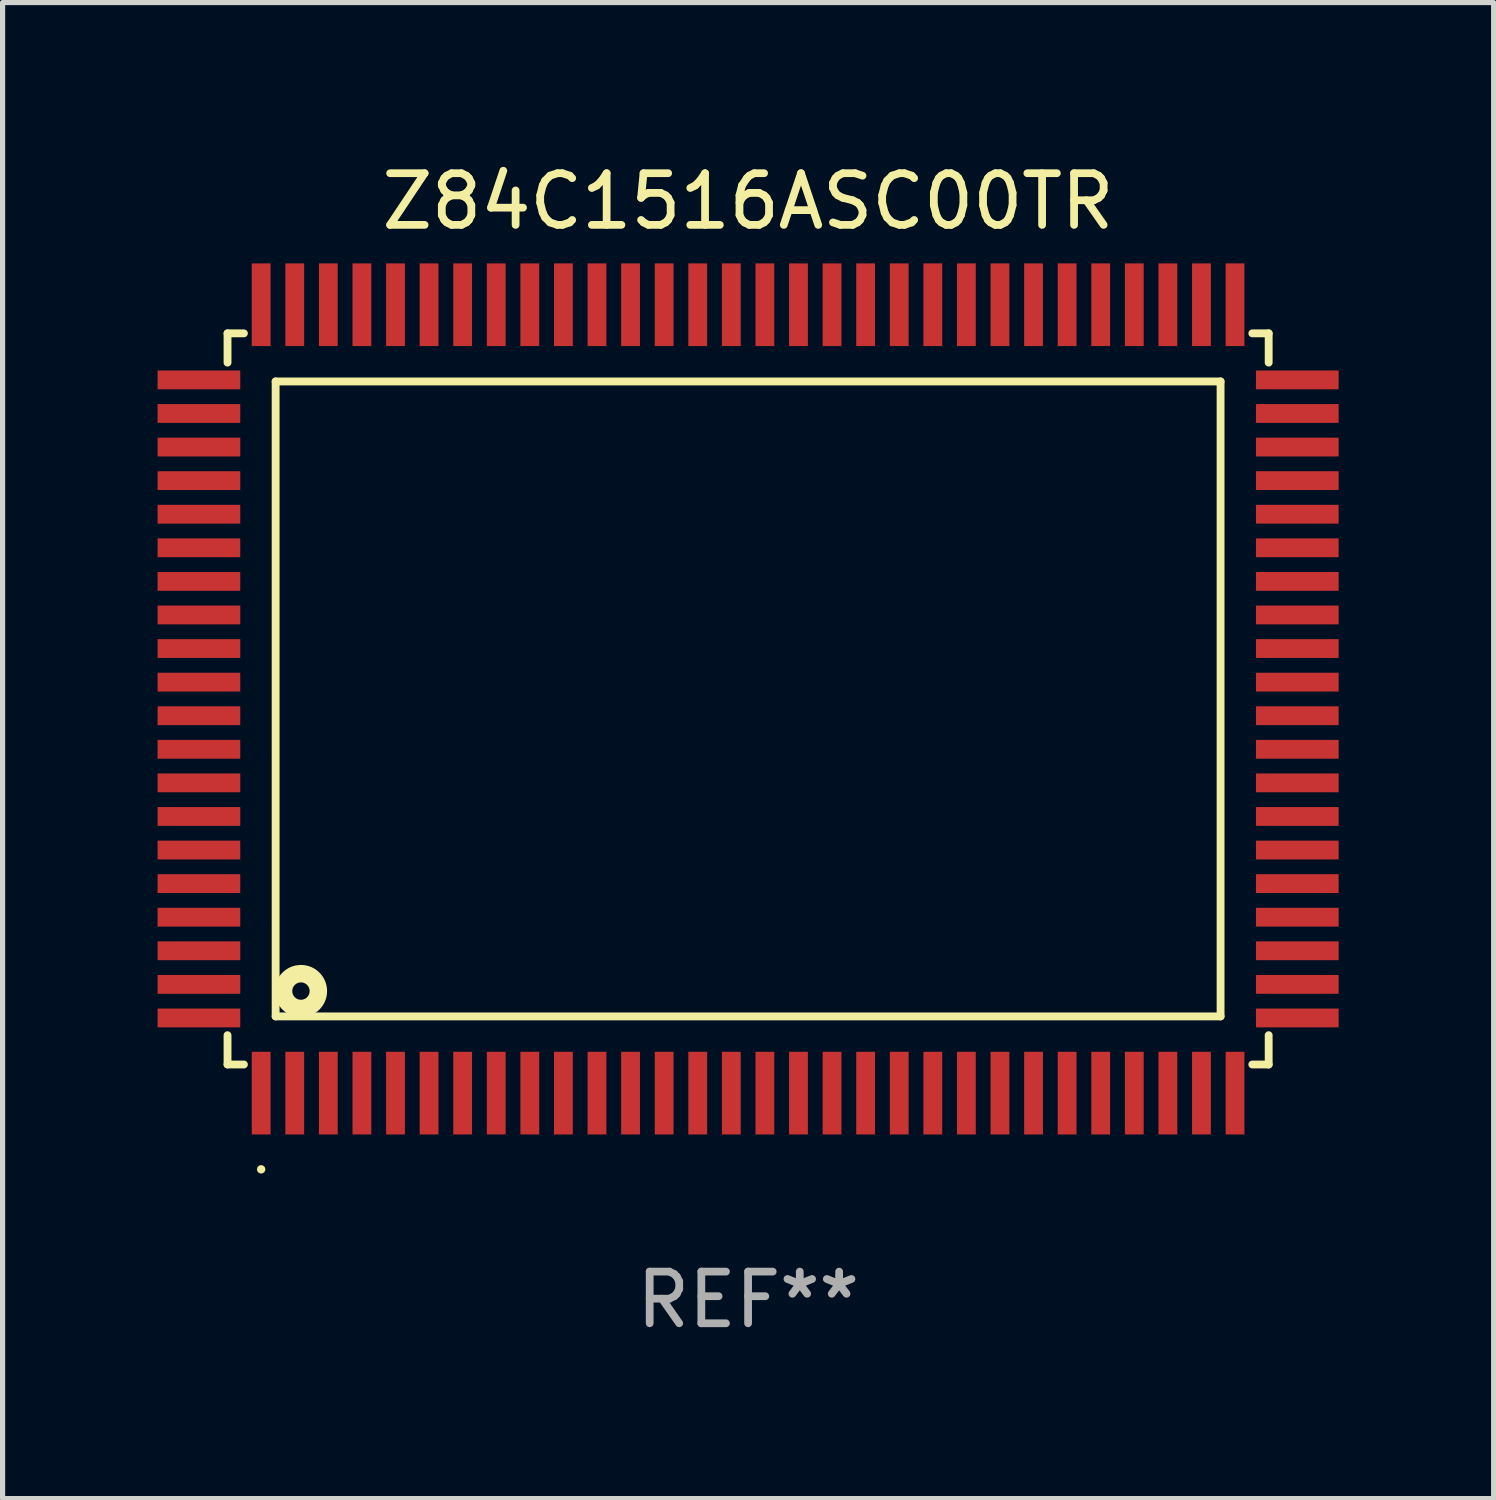
<source format=kicad_pcb>
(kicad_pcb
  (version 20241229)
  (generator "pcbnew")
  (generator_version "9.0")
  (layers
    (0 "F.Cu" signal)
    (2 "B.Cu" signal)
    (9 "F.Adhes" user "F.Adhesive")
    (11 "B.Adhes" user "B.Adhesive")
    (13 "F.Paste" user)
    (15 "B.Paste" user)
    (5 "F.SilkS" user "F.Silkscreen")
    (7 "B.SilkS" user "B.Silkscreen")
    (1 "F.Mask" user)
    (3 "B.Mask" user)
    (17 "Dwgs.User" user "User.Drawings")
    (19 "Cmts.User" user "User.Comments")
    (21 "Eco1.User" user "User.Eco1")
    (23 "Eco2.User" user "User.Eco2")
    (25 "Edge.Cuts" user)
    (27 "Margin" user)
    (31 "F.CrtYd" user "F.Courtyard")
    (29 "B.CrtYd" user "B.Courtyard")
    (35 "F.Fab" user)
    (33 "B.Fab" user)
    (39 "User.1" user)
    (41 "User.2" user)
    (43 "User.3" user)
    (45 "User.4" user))
  (footprint "Z84C1516ASC00TR"
    (layer "F.Cu")
    (at 11.43 10.478)
    (property "Reference" "Z84C1516ASC00TR" (at 0 -9.63 0) (layer "F.SilkS") (effects (font (size 1 1) (thickness 0.15))))
    (attr through_hole)
    (fp_line (start -10.076 -7.076) (end -10.076 -6.509) (stroke (width 0.152) (type solid)) (layer "F.SilkS"))
    (fp_line (start -10.076 7.076) (end -10.076 6.509) (stroke (width 0.152) (type solid)) (layer "F.SilkS"))
    (fp_line (start -9.759 -7.076) (end -10.076 -7.076) (stroke (width 0.152) (type solid)) (layer "F.SilkS"))
    (fp_line (start -9.759 7.076) (end -10.076 7.076) (stroke (width 0.152) (type solid)) (layer "F.SilkS"))
    (fp_line (start -9.145 -6.145) (end 9.145 -6.145) (stroke (width 0.152) (type solid)) (layer "F.SilkS"))
    (fp_line (start -9.145 6.145) (end -9.145 -6.145) (stroke (width 0.152) (type solid)) (layer "F.SilkS"))
    (fp_line (start 9.145 -6.145) (end 9.145 6.145) (stroke (width 0.152) (type solid)) (layer "F.SilkS"))
    (fp_line (start 9.145 6.145) (end -9.145 6.145) (stroke (width 0.152) (type solid)) (layer "F.SilkS"))
    (fp_line (start 9.759 -7.076) (end 10.076 -7.076) (stroke (width 0.152) (type solid)) (layer "F.SilkS"))
    (fp_line (start 9.759 7.076) (end 10.076 7.076) (stroke (width 0.152) (type solid)) (layer "F.SilkS"))
    (fp_line (start 10.076 -7.076) (end 10.076 -6.509) (stroke (width 0.152) (type solid)) (layer "F.SilkS"))
    (fp_line (start 10.076 7.076) (end 10.076 6.509) (stroke (width 0.152) (type solid)) (layer "F.SilkS"))
    (fp_circle (center -9.425 9.105) (end -9.384 9.105) (stroke (width 0.081) (type solid)) (fill no) (layer "F.SilkS"))
    (fp_circle (center -8.655 5.655) (end -8.487 5.655) (stroke (width 0.338) (type solid)) (fill no) (layer "F.SilkS"))
    (fp_text user "REF**" (at 0 11.63 0) (layer "F.Fab") (effects (font (size 1 1) (thickness 0.15))))
    (pad "1" smd rect (at -9.425 7.63) (size 0.364 1.6) (layers "F.Cu" "F.Mask" "F.Paste"))
    (pad "2" smd rect (at -8.775 7.63) (size 0.364 1.6) (layers "F.Cu" "F.Mask" "F.Paste"))
    (pad "3" smd rect (at -8.125 7.63) (size 0.364 1.6) (layers "F.Cu" "F.Mask" "F.Paste"))
    (pad "4" smd rect (at -7.475 7.63) (size 0.364 1.6) (layers "F.Cu" "F.Mask" "F.Paste"))
    (pad "5" smd rect (at -6.825 7.63) (size 0.364 1.6) (layers "F.Cu" "F.Mask" "F.Paste"))
    (pad "6" smd rect (at -6.175 7.63) (size 0.364 1.6) (layers "F.Cu" "F.Mask" "F.Paste"))
    (pad "7" smd rect (at -5.525 7.63) (size 0.364 1.6) (layers "F.Cu" "F.Mask" "F.Paste"))
    (pad "8" smd rect (at -4.875 7.63) (size 0.364 1.6) (layers "F.Cu" "F.Mask" "F.Paste"))
    (pad "9" smd rect (at -4.225 7.63) (size 0.364 1.6) (layers "F.Cu" "F.Mask" "F.Paste"))
    (pad "10" smd rect (at -3.575 7.63) (size 0.364 1.6) (layers "F.Cu" "F.Mask" "F.Paste"))
    (pad "11" smd rect (at -2.925 7.63) (size 0.364 1.6) (layers "F.Cu" "F.Mask" "F.Paste"))
    (pad "12" smd rect (at -2.275 7.63) (size 0.364 1.6) (layers "F.Cu" "F.Mask" "F.Paste"))
    (pad "13" smd rect (at -1.625 7.63) (size 0.364 1.6) (layers "F.Cu" "F.Mask" "F.Paste"))
    (pad "14" smd rect (at -0.975 7.63) (size 0.364 1.6) (layers "F.Cu" "F.Mask" "F.Paste"))
    (pad "15" smd rect (at -0.325 7.63) (size 0.364 1.6) (layers "F.Cu" "F.Mask" "F.Paste"))
    (pad "16" smd rect (at 0.325 7.63) (size 0.364 1.6) (layers "F.Cu" "F.Mask" "F.Paste"))
    (pad "17" smd rect (at 0.975 7.63) (size 0.364 1.6) (layers "F.Cu" "F.Mask" "F.Paste"))
    (pad "18" smd rect (at 1.625 7.63) (size 0.364 1.6) (layers "F.Cu" "F.Mask" "F.Paste"))
    (pad "19" smd rect (at 2.275 7.63) (size 0.364 1.6) (layers "F.Cu" "F.Mask" "F.Paste"))
    (pad "20" smd rect (at 2.925 7.63) (size 0.364 1.6) (layers "F.Cu" "F.Mask" "F.Paste"))
    (pad "21" smd rect (at 3.575 7.63) (size 0.364 1.6) (layers "F.Cu" "F.Mask" "F.Paste"))
    (pad "22" smd rect (at 4.225 7.63) (size 0.364 1.6) (layers "F.Cu" "F.Mask" "F.Paste"))
    (pad "23" smd rect (at 4.875 7.63) (size 0.364 1.6) (layers "F.Cu" "F.Mask" "F.Paste"))
    (pad "24" smd rect (at 5.525 7.63) (size 0.364 1.6) (layers "F.Cu" "F.Mask" "F.Paste"))
    (pad "25" smd rect (at 6.175 7.63) (size 0.364 1.6) (layers "F.Cu" "F.Mask" "F.Paste"))
    (pad "26" smd rect (at 6.825 7.63) (size 0.364 1.6) (layers "F.Cu" "F.Mask" "F.Paste"))
    (pad "27" smd rect (at 7.475 7.63) (size 0.364 1.6) (layers "F.Cu" "F.Mask" "F.Paste"))
    (pad "28" smd rect (at 8.125 7.63) (size 0.364 1.6) (layers "F.Cu" "F.Mask" "F.Paste"))
    (pad "29" smd rect (at 8.775 7.63) (size 0.364 1.6) (layers "F.Cu" "F.Mask" "F.Paste"))
    (pad "30" smd rect (at 9.425 7.63) (size 0.364 1.6) (layers "F.Cu" "F.Mask" "F.Paste"))
    (pad "31" smd rect (at 10.63 6.175) (size 1.6 0.364) (layers "F.Cu" "F.Mask" "F.Paste"))
    (pad "32" smd rect (at 10.63 5.525) (size 1.6 0.364) (layers "F.Cu" "F.Mask" "F.Paste"))
    (pad "33" smd rect (at 10.63 4.875) (size 1.6 0.364) (layers "F.Cu" "F.Mask" "F.Paste"))
    (pad "34" smd rect (at 10.63 4.225) (size 1.6 0.364) (layers "F.Cu" "F.Mask" "F.Paste"))
    (pad "35" smd rect (at 10.63 3.575) (size 1.6 0.364) (layers "F.Cu" "F.Mask" "F.Paste"))
    (pad "36" smd rect (at 10.63 2.925) (size 1.6 0.364) (layers "F.Cu" "F.Mask" "F.Paste"))
    (pad "37" smd rect (at 10.63 2.275) (size 1.6 0.364) (layers "F.Cu" "F.Mask" "F.Paste"))
    (pad "38" smd rect (at 10.63 1.625) (size 1.6 0.364) (layers "F.Cu" "F.Mask" "F.Paste"))
    (pad "39" smd rect (at 10.63 0.975) (size 1.6 0.364) (layers "F.Cu" "F.Mask" "F.Paste"))
    (pad "40" smd rect (at 10.63 0.325) (size 1.6 0.364) (layers "F.Cu" "F.Mask" "F.Paste"))
    (pad "41" smd rect (at 10.63 -0.325) (size 1.6 0.364) (layers "F.Cu" "F.Mask" "F.Paste"))
    (pad "42" smd rect (at 10.63 -0.975) (size 1.6 0.364) (layers "F.Cu" "F.Mask" "F.Paste"))
    (pad "43" smd rect (at 10.63 -1.625) (size 1.6 0.364) (layers "F.Cu" "F.Mask" "F.Paste"))
    (pad "44" smd rect (at 10.63 -2.275) (size 1.6 0.364) (layers "F.Cu" "F.Mask" "F.Paste"))
    (pad "45" smd rect (at 10.63 -2.925) (size 1.6 0.364) (layers "F.Cu" "F.Mask" "F.Paste"))
    (pad "46" smd rect (at 10.63 -3.575) (size 1.6 0.364) (layers "F.Cu" "F.Mask" "F.Paste"))
    (pad "47" smd rect (at 10.63 -4.225) (size 1.6 0.364) (layers "F.Cu" "F.Mask" "F.Paste"))
    (pad "48" smd rect (at 10.63 -4.875) (size 1.6 0.364) (layers "F.Cu" "F.Mask" "F.Paste"))
    (pad "49" smd rect (at 10.63 -5.525) (size 1.6 0.364) (layers "F.Cu" "F.Mask" "F.Paste"))
    (pad "50" smd rect (at 10.63 -6.175) (size 1.6 0.364) (layers "F.Cu" "F.Mask" "F.Paste"))
    (pad "51" smd rect (at 9.425 -7.63) (size 0.364 1.6) (layers "F.Cu" "F.Mask" "F.Paste"))
    (pad "52" smd rect (at 8.775 -7.63) (size 0.364 1.6) (layers "F.Cu" "F.Mask" "F.Paste"))
    (pad "53" smd rect (at 8.125 -7.63) (size 0.364 1.6) (layers "F.Cu" "F.Mask" "F.Paste"))
    (pad "54" smd rect (at 7.475 -7.63) (size 0.364 1.6) (layers "F.Cu" "F.Mask" "F.Paste"))
    (pad "55" smd rect (at 6.825 -7.63) (size 0.364 1.6) (layers "F.Cu" "F.Mask" "F.Paste"))
    (pad "56" smd rect (at 6.175 -7.63) (size 0.364 1.6) (layers "F.Cu" "F.Mask" "F.Paste"))
    (pad "57" smd rect (at 5.525 -7.63) (size 0.364 1.6) (layers "F.Cu" "F.Mask" "F.Paste"))
    (pad "58" smd rect (at 4.875 -7.63) (size 0.364 1.6) (layers "F.Cu" "F.Mask" "F.Paste"))
    (pad "59" smd rect (at 4.225 -7.63) (size 0.364 1.6) (layers "F.Cu" "F.Mask" "F.Paste"))
    (pad "60" smd rect (at 3.575 -7.63) (size 0.364 1.6) (layers "F.Cu" "F.Mask" "F.Paste"))
    (pad "61" smd rect (at 2.925 -7.63) (size 0.364 1.6) (layers "F.Cu" "F.Mask" "F.Paste"))
    (pad "62" smd rect (at 2.275 -7.63) (size 0.364 1.6) (layers "F.Cu" "F.Mask" "F.Paste"))
    (pad "63" smd rect (at 1.625 -7.63) (size 0.364 1.6) (layers "F.Cu" "F.Mask" "F.Paste"))
    (pad "64" smd rect (at 0.975 -7.63) (size 0.364 1.6) (layers "F.Cu" "F.Mask" "F.Paste"))
    (pad "65" smd rect (at 0.325 -7.63) (size 0.364 1.6) (layers "F.Cu" "F.Mask" "F.Paste"))
    (pad "66" smd rect (at -0.325 -7.63) (size 0.364 1.6) (layers "F.Cu" "F.Mask" "F.Paste"))
    (pad "67" smd rect (at -0.975 -7.63) (size 0.364 1.6) (layers "F.Cu" "F.Mask" "F.Paste"))
    (pad "68" smd rect (at -1.625 -7.63) (size 0.364 1.6) (layers "F.Cu" "F.Mask" "F.Paste"))
    (pad "69" smd rect (at -2.275 -7.63) (size 0.364 1.6) (layers "F.Cu" "F.Mask" "F.Paste"))
    (pad "70" smd rect (at -2.925 -7.63) (size 0.364 1.6) (layers "F.Cu" "F.Mask" "F.Paste"))
    (pad "71" smd rect (at -3.575 -7.63) (size 0.364 1.6) (layers "F.Cu" "F.Mask" "F.Paste"))
    (pad "72" smd rect (at -4.225 -7.63) (size 0.364 1.6) (layers "F.Cu" "F.Mask" "F.Paste"))
    (pad "73" smd rect (at -4.875 -7.63) (size 0.364 1.6) (layers "F.Cu" "F.Mask" "F.Paste"))
    (pad "74" smd rect (at -5.525 -7.63) (size 0.364 1.6) (layers "F.Cu" "F.Mask" "F.Paste"))
    (pad "75" smd rect (at -6.175 -7.63) (size 0.364 1.6) (layers "F.Cu" "F.Mask" "F.Paste"))
    (pad "76" smd rect (at -6.825 -7.63) (size 0.364 1.6) (layers "F.Cu" "F.Mask" "F.Paste"))
    (pad "77" smd rect (at -7.475 -7.63) (size 0.364 1.6) (layers "F.Cu" "F.Mask" "F.Paste"))
    (pad "78" smd rect (at -8.125 -7.63) (size 0.364 1.6) (layers "F.Cu" "F.Mask" "F.Paste"))
    (pad "79" smd rect (at -8.775 -7.63) (size 0.364 1.6) (layers "F.Cu" "F.Mask" "F.Paste"))
    (pad "80" smd rect (at -9.425 -7.63) (size 0.364 1.6) (layers "F.Cu" "F.Mask" "F.Paste"))
    (pad "81" smd rect (at -10.63 -6.175) (size 1.6 0.364) (layers "F.Cu" "F.Mask" "F.Paste"))
    (pad "82" smd rect (at -10.63 -5.525) (size 1.6 0.364) (layers "F.Cu" "F.Mask" "F.Paste"))
    (pad "83" smd rect (at -10.63 -4.875) (size 1.6 0.364) (layers "F.Cu" "F.Mask" "F.Paste"))
    (pad "84" smd rect (at -10.63 -4.225) (size 1.6 0.364) (layers "F.Cu" "F.Mask" "F.Paste"))
    (pad "85" smd rect (at -10.63 -3.575) (size 1.6 0.364) (layers "F.Cu" "F.Mask" "F.Paste"))
    (pad "86" smd rect (at -10.63 -2.925) (size 1.6 0.364) (layers "F.Cu" "F.Mask" "F.Paste"))
    (pad "87" smd rect (at -10.63 -2.275) (size 1.6 0.364) (layers "F.Cu" "F.Mask" "F.Paste"))
    (pad "88" smd rect (at -10.63 -1.625) (size 1.6 0.364) (layers "F.Cu" "F.Mask" "F.Paste"))
    (pad "89" smd rect (at -10.63 -0.975) (size 1.6 0.364) (layers "F.Cu" "F.Mask" "F.Paste"))
    (pad "90" smd rect (at -10.63 -0.325) (size 1.6 0.364) (layers "F.Cu" "F.Mask" "F.Paste"))
    (pad "91" smd rect (at -10.63 0.325) (size 1.6 0.364) (layers "F.Cu" "F.Mask" "F.Paste"))
    (pad "92" smd rect (at -10.63 0.975) (size 1.6 0.364) (layers "F.Cu" "F.Mask" "F.Paste"))
    (pad "93" smd rect (at -10.63 1.625) (size 1.6 0.364) (layers "F.Cu" "F.Mask" "F.Paste"))
    (pad "94" smd rect (at -10.63 2.275) (size 1.6 0.364) (layers "F.Cu" "F.Mask" "F.Paste"))
    (pad "95" smd rect (at -10.63 2.925) (size 1.6 0.364) (layers "F.Cu" "F.Mask" "F.Paste"))
    (pad "96" smd rect (at -10.63 3.575) (size 1.6 0.364) (layers "F.Cu" "F.Mask" "F.Paste"))
    (pad "97" smd rect (at -10.63 4.225) (size 1.6 0.364) (layers "F.Cu" "F.Mask" "F.Paste"))
    (pad "98" smd rect (at -10.63 4.875) (size 1.6 0.364) (layers "F.Cu" "F.Mask" "F.Paste"))
    (pad "99" smd rect (at -10.63 5.525) (size 1.6 0.364) (layers "F.Cu" "F.Mask" "F.Paste"))
    (pad "100" smd rect (at -10.63 6.175) (size 1.6 0.364) (layers "F.Cu" "F.Mask" "F.Paste")))
  (gr_rect
    (start -3 -3)
    (end 25.86 25.956)
    (stroke (width 0.1) (type default))
    (fill no)
    (layer "Edge.Cuts")))
</source>
